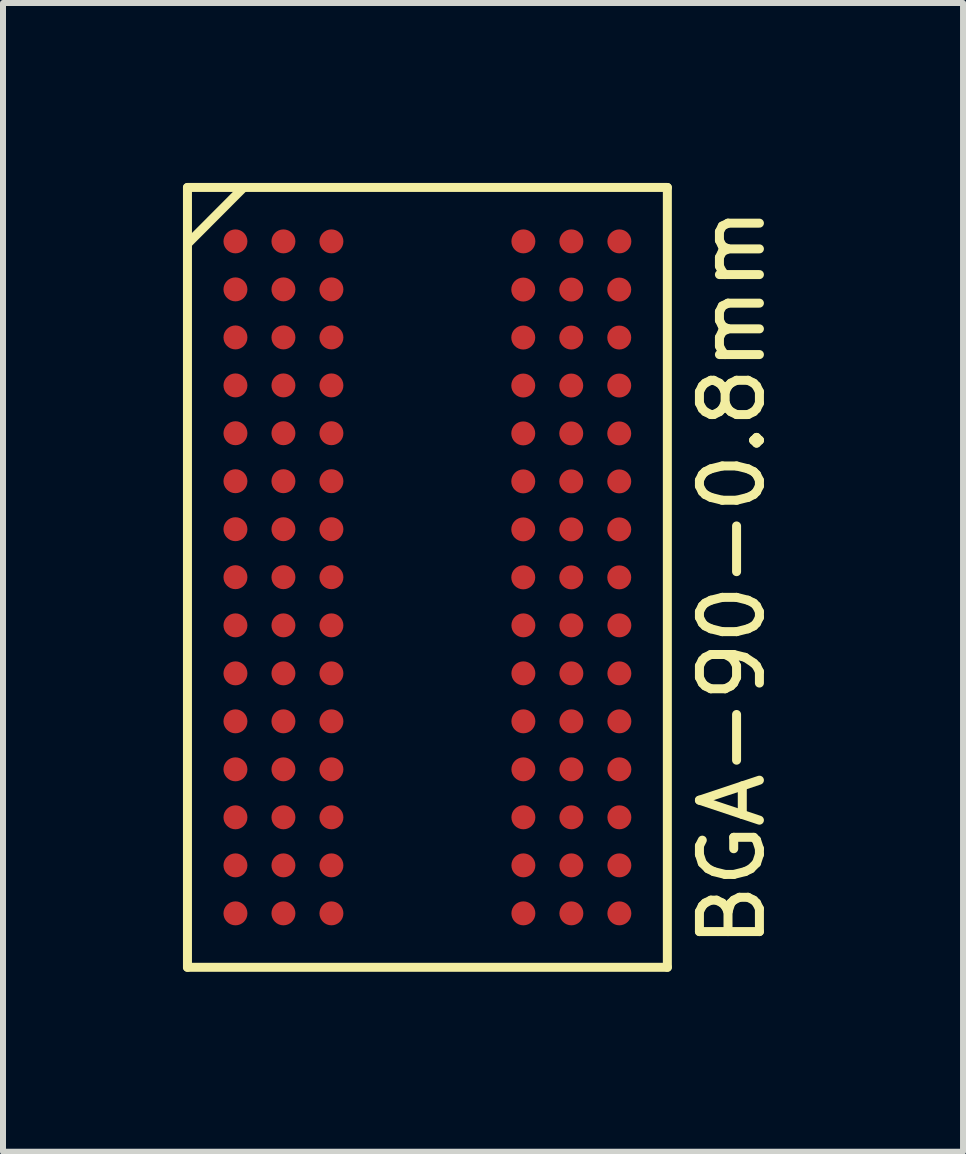
<source format=kicad_pcb>
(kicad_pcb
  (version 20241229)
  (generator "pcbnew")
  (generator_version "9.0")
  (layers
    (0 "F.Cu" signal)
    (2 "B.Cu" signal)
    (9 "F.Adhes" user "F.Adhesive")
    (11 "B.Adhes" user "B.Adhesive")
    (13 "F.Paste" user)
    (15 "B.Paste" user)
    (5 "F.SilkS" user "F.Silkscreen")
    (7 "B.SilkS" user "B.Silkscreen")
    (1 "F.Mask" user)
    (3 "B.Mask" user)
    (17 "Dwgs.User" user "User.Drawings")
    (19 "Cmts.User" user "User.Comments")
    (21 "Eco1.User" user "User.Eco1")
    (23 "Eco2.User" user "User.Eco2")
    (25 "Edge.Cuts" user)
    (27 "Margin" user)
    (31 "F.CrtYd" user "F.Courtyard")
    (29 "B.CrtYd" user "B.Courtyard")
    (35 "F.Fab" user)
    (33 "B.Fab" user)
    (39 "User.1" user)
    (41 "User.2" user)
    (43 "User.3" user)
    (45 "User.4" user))
  (footprint "BGA-90-0.8mm"
    (layer "F.Cu")
    (at 4.075 6.575)
    (property "Reference" "BGA-90-0.8mm" (at 5.08 0 90) (layer "F.SilkS") (effects (font (size 1 1) (thickness 0.15))))
    (attr smd)
    (fp_line (start -4 -6.5) (end 4 -6.5) (stroke (width 0.15) (type solid)) (layer "F.SilkS"))
    (fp_line (start -4 6.5) (end -4 -6.5) (stroke (width 0.15) (type solid)) (layer "F.SilkS"))
    (fp_line (start -3.081 -6.482) (end -3.98 -5.58) (stroke (width 0.15) (type solid)) (layer "F.SilkS"))
    (fp_line (start 4 -6.5) (end 4 6.5) (stroke (width 0.15) (type solid)) (layer "F.SilkS"))
    (fp_line (start 4 6.5) (end -4 6.5) (stroke (width 0.15) (type solid)) (layer "F.SilkS"))
    (pad "A1" smd circle (at -3.2 -5.601) (size 0.399 0.399) (layers "F.Cu" "F.Mask" "F.Paste"))
    (pad "A2" smd circle (at -2.4 -5.601) (size 0.399 0.399) (layers "F.Cu" "F.Mask" "F.Paste"))
    (pad "A3" smd circle (at -1.6 -5.601) (size 0.399 0.399) (layers "F.Cu" "F.Mask" "F.Paste"))
    (pad "A7" smd circle (at 1.6 -5.601) (size 0.399 0.399) (layers "F.Cu" "F.Mask" "F.Paste"))
    (pad "A8" smd circle (at 2.4 -5.601) (size 0.399 0.399) (layers "F.Cu" "F.Mask" "F.Paste"))
    (pad "A9" smd circle (at 3.2 -5.601) (size 0.399 0.399) (layers "F.Cu" "F.Mask" "F.Paste"))
    (pad "B1" smd circle (at -3.2 -4.801) (size 0.399 0.399) (layers "F.Cu" "F.Mask" "F.Paste"))
    (pad "B2" smd circle (at -2.4 -4.801) (size 0.399 0.399) (layers "F.Cu" "F.Mask" "F.Paste"))
    (pad "B3" smd circle (at -1.6 -4.801) (size 0.399 0.399) (layers "F.Cu" "F.Mask" "F.Paste"))
    (pad "B7" smd circle (at 1.598 -4.798) (size 0.399 0.399) (layers "F.Cu" "F.Mask" "F.Paste"))
    (pad "B8" smd circle (at 2.398 -4.798) (size 0.399 0.399) (layers "F.Cu" "F.Mask" "F.Paste"))
    (pad "B9" smd circle (at 3.198 -4.798) (size 0.399 0.399) (layers "F.Cu" "F.Mask" "F.Paste"))
    (pad "C1" smd circle (at -3.2 -4) (size 0.399 0.399) (layers "F.Cu" "F.Mask" "F.Paste"))
    (pad "C2" smd circle (at -2.4 -4) (size 0.399 0.399) (layers "F.Cu" "F.Mask" "F.Paste"))
    (pad "C3" smd circle (at -1.6 -4) (size 0.399 0.399) (layers "F.Cu" "F.Mask" "F.Paste"))
    (pad "C7" smd circle (at 1.598 -3.998) (size 0.399 0.399) (layers "F.Cu" "F.Mask" "F.Paste"))
    (pad "C8" smd circle (at 2.398 -3.998) (size 0.399 0.399) (layers "F.Cu" "F.Mask" "F.Paste"))
    (pad "C9" smd circle (at 3.198 -3.998) (size 0.399 0.399) (layers "F.Cu" "F.Mask" "F.Paste"))
    (pad "D1" smd circle (at -3.2 -3.2) (size 0.399 0.399) (layers "F.Cu" "F.Mask" "F.Paste"))
    (pad "D2" smd circle (at -2.4 -3.2) (size 0.399 0.399) (layers "F.Cu" "F.Mask" "F.Paste"))
    (pad "D3" smd circle (at -1.6 -3.2) (size 0.399 0.399) (layers "F.Cu" "F.Mask" "F.Paste"))
    (pad "D7" smd circle (at 1.598 -3.198) (size 0.399 0.399) (layers "F.Cu" "F.Mask" "F.Paste"))
    (pad "D8" smd circle (at 2.398 -3.198) (size 0.399 0.399) (layers "F.Cu" "F.Mask" "F.Paste"))
    (pad "D9" smd circle (at 3.198 -3.198) (size 0.399 0.399) (layers "F.Cu" "F.Mask" "F.Paste"))
    (pad "E1" smd circle (at -3.2 -2.403) (size 0.399 0.399) (layers "F.Cu" "F.Mask" "F.Paste"))
    (pad "E2" smd circle (at -2.4 -2.403) (size 0.399 0.399) (layers "F.Cu" "F.Mask" "F.Paste"))
    (pad "E3" smd circle (at -1.6 -2.403) (size 0.399 0.399) (layers "F.Cu" "F.Mask" "F.Paste"))
    (pad "E7" smd circle (at 1.598 -2.4) (size 0.399 0.399) (layers "F.Cu" "F.Mask" "F.Paste"))
    (pad "E8" smd circle (at 2.398 -2.4) (size 0.399 0.399) (layers "F.Cu" "F.Mask" "F.Paste"))
    (pad "E9" smd circle (at 3.198 -2.4) (size 0.399 0.399) (layers "F.Cu" "F.Mask" "F.Paste"))
    (pad "F1" smd circle (at -3.2 -1.603) (size 0.399 0.399) (layers "F.Cu" "F.Mask" "F.Paste"))
    (pad "F2" smd circle (at -2.4 -1.603) (size 0.399 0.399) (layers "F.Cu" "F.Mask" "F.Paste"))
    (pad "F3" smd circle (at -1.6 -1.603) (size 0.399 0.399) (layers "F.Cu" "F.Mask" "F.Paste"))
    (pad "F7" smd circle (at 1.598 -1.6) (size 0.399 0.399) (layers "F.Cu" "F.Mask" "F.Paste"))
    (pad "F8" smd circle (at 2.398 -1.6) (size 0.399 0.399) (layers "F.Cu" "F.Mask" "F.Paste"))
    (pad "F9" smd circle (at 3.198 -1.6) (size 0.399 0.399) (layers "F.Cu" "F.Mask" "F.Paste"))
    (pad "G1" smd circle (at -3.2 -0.803) (size 0.399 0.399) (layers "F.Cu" "F.Mask" "F.Paste"))
    (pad "G2" smd circle (at -2.4 -0.803) (size 0.399 0.399) (layers "F.Cu" "F.Mask" "F.Paste"))
    (pad "G3" smd circle (at -1.6 -0.803) (size 0.399 0.399) (layers "F.Cu" "F.Mask" "F.Paste"))
    (pad "G7" smd circle (at 1.598 -0.8) (size 0.399 0.399) (layers "F.Cu" "F.Mask" "F.Paste"))
    (pad "G8" smd circle (at 2.398 -0.8) (size 0.399 0.399) (layers "F.Cu" "F.Mask" "F.Paste"))
    (pad "G9" smd circle (at 3.198 -0.8) (size 0.399 0.399) (layers "F.Cu" "F.Mask" "F.Paste"))
    (pad "H1" smd circle (at -3.2 -0.003) (size 0.399 0.399) (layers "F.Cu" "F.Mask" "F.Paste"))
    (pad "H2" smd circle (at -2.4 -0.003) (size 0.399 0.399) (layers "F.Cu" "F.Mask" "F.Paste"))
    (pad "H3" smd circle (at -1.6 -0.003) (size 0.399 0.399) (layers "F.Cu" "F.Mask" "F.Paste"))
    (pad "H7" smd circle (at 1.598 0) (size 0.399 0.399) (layers "F.Cu" "F.Mask" "F.Paste"))
    (pad "H8" smd circle (at 2.398 0) (size 0.399 0.399) (layers "F.Cu" "F.Mask" "F.Paste"))
    (pad "H9" smd circle (at 3.198 0) (size 0.399 0.399) (layers "F.Cu" "F.Mask" "F.Paste"))
    (pad "J1" smd circle (at -3.2 0.8) (size 0.399 0.399) (layers "F.Cu" "F.Mask" "F.Paste"))
    (pad "J2" smd circle (at -2.4 0.8) (size 0.399 0.399) (layers "F.Cu" "F.Mask" "F.Paste"))
    (pad "J3" smd circle (at -1.6 0.8) (size 0.399 0.399) (layers "F.Cu" "F.Mask" "F.Paste"))
    (pad "J7" smd circle (at 1.6 0.8) (size 0.399 0.399) (layers "F.Cu" "F.Mask" "F.Paste"))
    (pad "J8" smd circle (at 2.4 0.8) (size 0.399 0.399) (layers "F.Cu" "F.Mask" "F.Paste"))
    (pad "J9" smd circle (at 3.2 0.8) (size 0.399 0.399) (layers "F.Cu" "F.Mask" "F.Paste"))
    (pad "K1" smd circle (at -3.2 1.6) (size 0.399 0.399) (layers "F.Cu" "F.Mask" "F.Paste"))
    (pad "K2" smd circle (at -2.4 1.6) (size 0.399 0.399) (layers "F.Cu" "F.Mask" "F.Paste"))
    (pad "K3" smd circle (at -1.6 1.6) (size 0.399 0.399) (layers "F.Cu" "F.Mask" "F.Paste"))
    (pad "K7" smd circle (at 1.6 1.6) (size 0.399 0.399) (layers "F.Cu" "F.Mask" "F.Paste"))
    (pad "K8" smd circle (at 2.4 1.6) (size 0.399 0.399) (layers "F.Cu" "F.Mask" "F.Paste"))
    (pad "K9" smd circle (at 3.2 1.6) (size 0.399 0.399) (layers "F.Cu" "F.Mask" "F.Paste"))
    (pad "L1" smd circle (at -3.2 2.4) (size 0.399 0.399) (layers "F.Cu" "F.Mask" "F.Paste"))
    (pad "L2" smd circle (at -2.4 2.4) (size 0.399 0.399) (layers "F.Cu" "F.Mask" "F.Paste"))
    (pad "L3" smd circle (at -1.6 2.4) (size 0.399 0.399) (layers "F.Cu" "F.Mask" "F.Paste"))
    (pad "L7" smd circle (at 1.6 2.4) (size 0.399 0.399) (layers "F.Cu" "F.Mask" "F.Paste"))
    (pad "L8" smd circle (at 2.4 2.4) (size 0.399 0.399) (layers "F.Cu" "F.Mask" "F.Paste"))
    (pad "L9" smd circle (at 3.2 2.4) (size 0.399 0.399) (layers "F.Cu" "F.Mask" "F.Paste"))
    (pad "M1" smd circle (at -3.2 3.2) (size 0.399 0.399) (layers "F.Cu" "F.Mask" "F.Paste"))
    (pad "M2" smd circle (at -2.4 3.2) (size 0.399 0.399) (layers "F.Cu" "F.Mask" "F.Paste"))
    (pad "M3" smd circle (at -1.6 3.2) (size 0.399 0.399) (layers "F.Cu" "F.Mask" "F.Paste"))
    (pad "M7" smd circle (at 1.6 3.2) (size 0.399 0.399) (layers "F.Cu" "F.Mask" "F.Paste"))
    (pad "M8" smd circle (at 2.4 3.2) (size 0.399 0.399) (layers "F.Cu" "F.Mask" "F.Paste"))
    (pad "M9" smd circle (at 3.2 3.2) (size 0.399 0.399) (layers "F.Cu" "F.Mask" "F.Paste"))
    (pad "N1" smd circle (at -3.2 4) (size 0.399 0.399) (layers "F.Cu" "F.Mask" "F.Paste"))
    (pad "N2" smd circle (at -2.4 4) (size 0.399 0.399) (layers "F.Cu" "F.Mask" "F.Paste"))
    (pad "N3" smd circle (at -1.6 4) (size 0.399 0.399) (layers "F.Cu" "F.Mask" "F.Paste"))
    (pad "N7" smd circle (at 1.6 4) (size 0.399 0.399) (layers "F.Cu" "F.Mask" "F.Paste"))
    (pad "N8" smd circle (at 2.4 4) (size 0.399 0.399) (layers "F.Cu" "F.Mask" "F.Paste"))
    (pad "N9" smd circle (at 3.2 4) (size 0.399 0.399) (layers "F.Cu" "F.Mask" "F.Paste"))
    (pad "P1" smd circle (at -3.2 4.801) (size 0.399 0.399) (layers "F.Cu" "F.Mask" "F.Paste"))
    (pad "P2" smd circle (at -2.4 4.801) (size 0.399 0.399) (layers "F.Cu" "F.Mask" "F.Paste"))
    (pad "P3" smd circle (at -1.6 4.801) (size 0.399 0.399) (layers "F.Cu" "F.Mask" "F.Paste"))
    (pad "P7" smd circle (at 1.6 4.801) (size 0.399 0.399) (layers "F.Cu" "F.Mask" "F.Paste"))
    (pad "P8" smd circle (at 2.4 4.801) (size 0.399 0.399) (layers "F.Cu" "F.Mask" "F.Paste"))
    (pad "P9" smd circle (at 3.2 4.801) (size 0.399 0.399) (layers "F.Cu" "F.Mask" "F.Paste"))
    (pad "R1" smd circle (at -3.2 5.601) (size 0.399 0.399) (layers "F.Cu" "F.Mask" "F.Paste"))
    (pad "R2" smd circle (at -2.4 5.601) (size 0.399 0.399) (layers "F.Cu" "F.Mask" "F.Paste"))
    (pad "R3" smd circle (at -1.6 5.601) (size 0.399 0.399) (layers "F.Cu" "F.Mask" "F.Paste"))
    (pad "R7" smd circle (at 1.6 5.601) (size 0.399 0.399) (layers "F.Cu" "F.Mask" "F.Paste"))
    (pad "R8" smd circle (at 2.4 5.601) (size 0.399 0.399) (layers "F.Cu" "F.Mask" "F.Paste"))
    (pad "R9" smd circle (at 3.2 5.601) (size 0.399 0.399) (layers "F.Cu" "F.Mask" "F.Paste")))
  (gr_rect
    (start -3 -3)
    (end 13.004 16.15)
    (stroke (width 0.1) (type default))
    (fill no)
    (layer "Edge.Cuts")))
</source>
